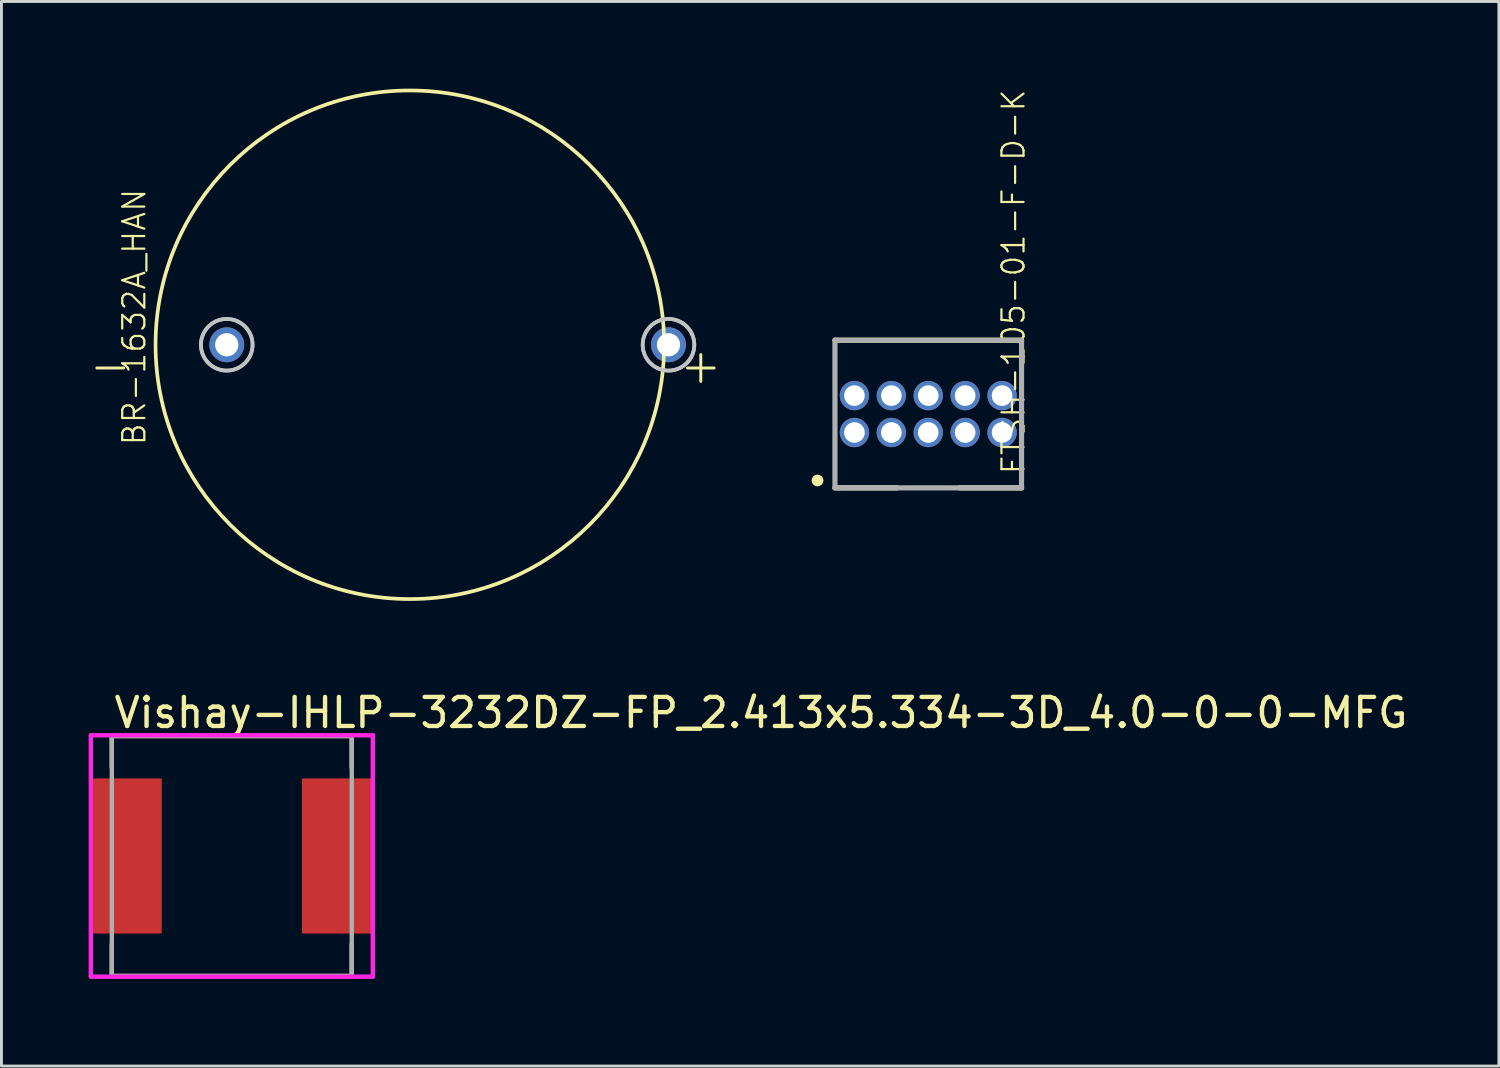
<source format=kicad_pcb>
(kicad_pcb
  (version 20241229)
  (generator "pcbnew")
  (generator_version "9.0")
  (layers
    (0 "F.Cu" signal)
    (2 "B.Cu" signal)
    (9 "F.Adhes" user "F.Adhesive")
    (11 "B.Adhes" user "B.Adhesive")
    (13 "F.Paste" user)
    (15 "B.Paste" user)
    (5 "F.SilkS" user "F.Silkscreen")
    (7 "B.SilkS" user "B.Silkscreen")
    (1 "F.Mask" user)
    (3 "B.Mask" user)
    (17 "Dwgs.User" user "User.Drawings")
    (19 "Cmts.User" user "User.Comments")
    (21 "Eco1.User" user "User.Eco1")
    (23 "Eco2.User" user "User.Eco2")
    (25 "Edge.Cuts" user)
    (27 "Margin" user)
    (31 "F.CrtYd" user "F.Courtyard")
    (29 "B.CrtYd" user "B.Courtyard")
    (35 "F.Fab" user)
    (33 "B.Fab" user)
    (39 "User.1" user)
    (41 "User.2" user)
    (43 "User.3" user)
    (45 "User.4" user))
  (footprint "Vishay-IHLP-3232DZ-FP_2.413x5.334-3D_4.0-0-0-MFG"
    (layer "F.Cu")
    (at 4.926 26.403)
    (property "Reference" "Vishay-IHLP-3232DZ-FP_2.413x5.334-3D_4.0-0-0-MFG" (at -4.128 -4.928 0) (layer "F.SilkS") (effects (font (size 1 1) (thickness 0.15)) (justify left)))
    (attr through_hole)
    (fp_line (start -4.128 -4.128) (end 4.128 -4.128) (stroke (width 0.15) (type solid)) (layer "F.SilkS"))
    (fp_line (start -4.128 -3.042) (end -4.128 -4.128) (stroke (width 0.15) (type solid)) (layer "F.SilkS"))
    (fp_line (start -4.128 4.128) (end -4.128 3.042) (stroke (width 0.15) (type solid)) (layer "F.SilkS"))
    (fp_line (start -4.128 4.128) (end 4.128 4.128) (stroke (width 0.15) (type solid)) (layer "F.SilkS"))
    (fp_line (start 4.128 -3.042) (end 4.128 -4.128) (stroke (width 0.15) (type solid)) (layer "F.SilkS"))
    (fp_line (start 4.128 4.128) (end 4.128 3.042) (stroke (width 0.15) (type solid)) (layer "F.SilkS"))
    (fp_line (start -4.851 -4.153) (end -4.851 4.153) (stroke (width 0.15) (type solid)) (layer "F.CrtYd"))
    (fp_line (start -4.851 4.153) (end 4.851 4.153) (stroke (width 0.15) (type solid)) (layer "F.CrtYd"))
    (fp_line (start 4.851 -4.153) (end -4.851 -4.153) (stroke (width 0.15) (type solid)) (layer "F.CrtYd"))
    (fp_line (start 4.851 -4.153) (end 4.851 -4.153) (stroke (width 0.15) (type solid)) (layer "F.CrtYd"))
    (fp_line (start 4.851 4.153) (end 4.851 -4.153) (stroke (width 0.15) (type solid)) (layer "F.CrtYd"))
    (fp_line (start -4.128 -4.128) (end 4.128 -4.128) (stroke (width 0.15) (type solid)) (layer "F.Fab"))
    (fp_line (start -4.128 4.128) (end -4.128 -4.128) (stroke (width 0.15) (type solid)) (layer "F.Fab"))
    (fp_line (start 4.128 -4.128) (end 4.128 4.128) (stroke (width 0.15) (type solid)) (layer "F.Fab"))
    (fp_line (start 4.128 4.128) (end -4.128 4.128) (stroke (width 0.15) (type solid)) (layer "F.Fab"))
    (pad "1" smd rect (at -3.619 0) (size 2.413 5.334) (layers "F.Cu" "F.Mask" "F.Paste"))
    (pad "2" smd rect (at 3.619 0) (size 2.413 5.334) (layers "F.Cu" "F.Mask" "F.Paste")))
  (footprint "BR-1632A_HAN"
    (layer "F.Cu")
    (at 12.352 8.813)
    (property "Reference" "BR-1632A_HAN" (at -10.34 -0.955 270) (layer "F.SilkS") (effects (font (size 0.76 0.76) (thickness 0.076)) (justify bottom)))
    (attr through_hole)
    (fp_circle (center -1.3 0) (end 7.45 0) (stroke (width 0.127) (type solid)) (fill no) (layer "F.SilkS"))
    (fp_circle (center -7.6 0) (end -6.711 0) (stroke (width 0.127) (type solid)) (fill no) (layer "Dwgs.User"))
    (fp_circle (center -7.6 0) (end -6.711 0) (stroke (width 0.127) (type solid)) (fill no) (layer "Dwgs.User"))
    (fp_circle (center 7.6 0) (end 8.489 0) (stroke (width 0.127) (type solid)) (fill no) (layer "Dwgs.User"))
    (fp_circle (center 7.6 0) (end 8.489 0) (stroke (width 0.127) (type solid)) (fill no) (layer "Dwgs.User"))
    (fp_text user "-" (at -10.795 0 0) (layer "F.SilkS") (effects (font (size 1.206 1.206) (thickness 0.102)) (justify right top)))
    (fp_text user "+" (at 9.525 0 0) (layer "F.SilkS") (effects (font (size 1.206 1.206) (thickness 0.102)) (justify right top)))
    (pad "+" thru_hole circle (at 7.6 0) (size 1.2 1.2) (drill 0.8) (layers "*.Cu" "*.Mask"))
    (pad "-" thru_hole circle (at -7.6 0) (size 1.2 1.2) (drill 0.8) (layers "*.Cu" "*.Mask")))
  (footprint "FTSH-105-01-F-D-K"
    (layer "F.Cu")
    (at 28.89 11.197)
    (property "Reference" "FTSH-105-01-F-D-K" (at 3.375 2.125 270) (layer "F.SilkS") (effects (font (size 0.76 0.76) (thickness 0.076)) (justify left bottom)))
    (attr through_hole)
    (fp_line (start -1.08 2.54) (end -3.21 2.54) (stroke (width 0.178) (type solid)) (layer "F.SilkS"))
    (fp_line (start 3.21 -2.54) (end -3.21 -2.54) (stroke (width 0.178) (type solid)) (layer "F.SilkS"))
    (fp_line (start 3.21 2.54) (end 1.08 2.54) (stroke (width 0.178) (type solid)) (layer "F.SilkS"))
    (fp_circle (center -3.81 2.286) (end -3.708 2.286) (stroke (width 0.203) (type solid)) (fill no) (layer "F.SilkS"))
    (fp_line (start -3.21 -2.54) (end -3.21 2.54) (stroke (width 0.178) (type solid)) (layer "F.Fab"))
    (fp_line (start -3.21 2.54) (end 3.21 2.54) (stroke (width 0.178) (type solid)) (layer "F.Fab"))
    (fp_line (start 3.21 -2.54) (end -3.21 -2.54) (stroke (width 0.178) (type solid)) (layer "F.Fab"))
    (fp_line (start 3.21 2.54) (end 3.21 -2.54) (stroke (width 0.178) (type solid)) (layer "F.Fab"))
    (pad "1" thru_hole circle (at -2.54 0.635) (size 1.01 1.01) (drill 0.71) (layers "*.Cu" "*.Mask"))
    (pad "2" thru_hole circle (at -2.54 -0.635) (size 1.01 1.01) (drill 0.71) (layers "*.Cu" "*.Mask"))
    (pad "3" thru_hole circle (at -1.27 0.635) (size 1.01 1.01) (drill 0.71) (layers "*.Cu" "*.Mask"))
    (pad "4" thru_hole circle (at -1.27 -0.635) (size 1.01 1.01) (drill 0.71) (layers "*.Cu" "*.Mask"))
    (pad "5" thru_hole circle (at 0 0.635) (size 1.01 1.01) (drill 0.71) (layers "*.Cu" "*.Mask"))
    (pad "6" thru_hole circle (at 0 -0.635) (size 1.01 1.01) (drill 0.71) (layers "*.Cu" "*.Mask"))
    (pad "7" thru_hole circle (at 1.27 0.635) (size 1.01 1.01) (drill 0.71) (layers "*.Cu" "*.Mask"))
    (pad "8" thru_hole circle (at 1.27 -0.635) (size 1.01 1.01) (drill 0.71) (layers "*.Cu" "*.Mask"))
    (pad "9" thru_hole circle (at 2.54 0.635) (size 1.01 1.01) (drill 0.71) (layers "*.Cu" "*.Mask"))
    (pad "10" thru_hole circle (at 2.54 -0.635) (size 1.01 1.01) (drill 0.71) (layers "*.Cu" "*.Mask")))
  (gr_rect
    (start -3 -3)
    (end 48.524 33.631)
    (stroke (width 0.1) (type default))
    (fill no)
    (layer "Edge.Cuts")))
</source>
